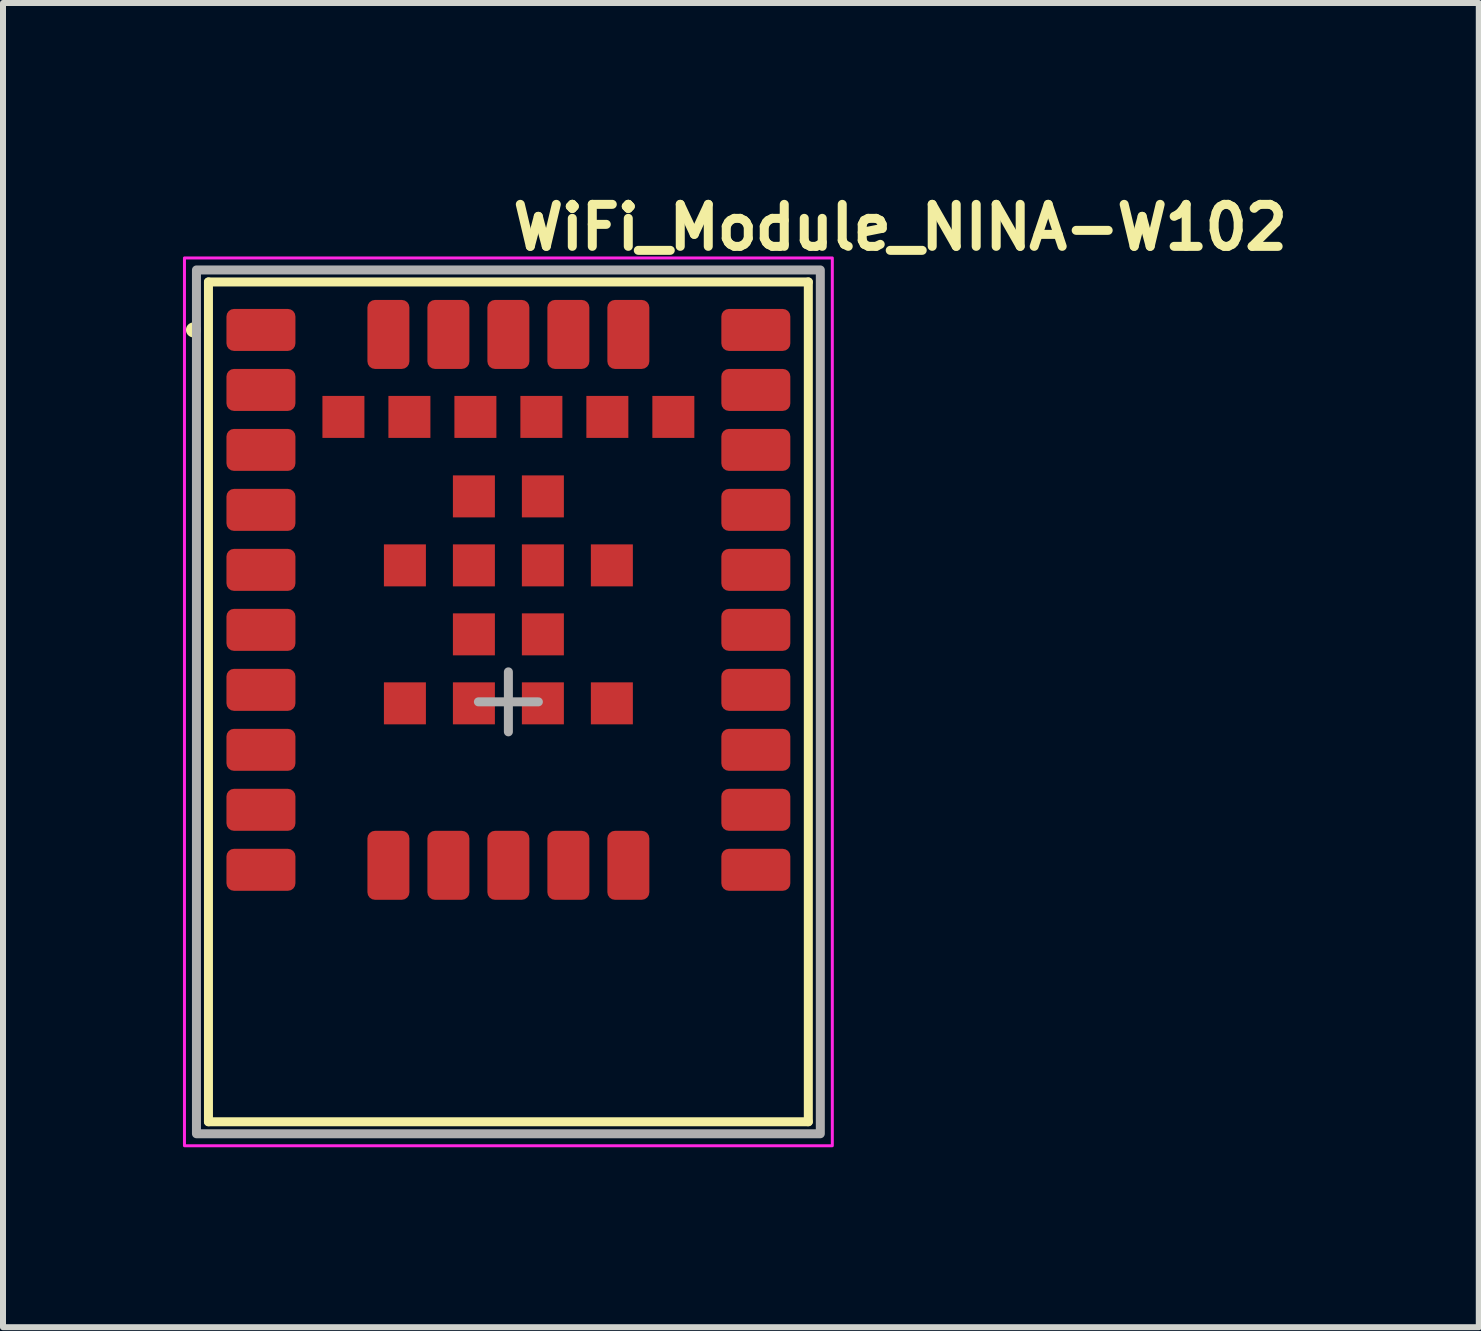
<source format=kicad_pcb>
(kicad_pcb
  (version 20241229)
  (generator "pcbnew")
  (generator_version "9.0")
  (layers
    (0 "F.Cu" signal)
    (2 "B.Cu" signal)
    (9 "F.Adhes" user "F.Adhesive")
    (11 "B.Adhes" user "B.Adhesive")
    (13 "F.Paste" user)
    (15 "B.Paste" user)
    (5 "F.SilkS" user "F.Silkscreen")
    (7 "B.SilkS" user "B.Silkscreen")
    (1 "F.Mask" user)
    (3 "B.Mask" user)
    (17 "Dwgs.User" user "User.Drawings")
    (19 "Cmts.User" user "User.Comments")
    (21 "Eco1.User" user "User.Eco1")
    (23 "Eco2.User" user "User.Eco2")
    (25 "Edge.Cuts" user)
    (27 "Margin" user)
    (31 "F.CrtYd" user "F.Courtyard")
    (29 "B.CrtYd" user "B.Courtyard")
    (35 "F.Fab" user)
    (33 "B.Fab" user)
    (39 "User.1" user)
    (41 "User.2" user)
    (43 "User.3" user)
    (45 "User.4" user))
  (footprint "WiFi_Module_NINA-W102"
    (layer "F.Cu")
    (at 5.425 8.65)
    (property "Reference" "WiFi_Module_NINA-W102" (at 0 -7.5 0) (layer "F.SilkS") (effects (font (size 0.7 0.7) (thickness 0.15)) (justify left bottom)))
    (attr smd)
    (fp_line (start -5 -7) (end -5 7) (stroke (width 0.15) (type solid)) (layer "F.SilkS"))
    (fp_line (start -5 -7) (end 5 -7) (stroke (width 0.15) (type solid)) (layer "F.SilkS"))
    (fp_line (start -5 7) (end 5 7) (stroke (width 0.15) (type solid)) (layer "F.SilkS"))
    (fp_line (start 5 -7) (end 5 7) (stroke (width 0.15) (type solid)) (layer "F.SilkS"))
    (fp_circle (center -5.25 -6.2) (end -5.2 -6.2) (stroke (width 0.15) (type solid)) (fill yes) (layer "F.SilkS"))
    (fp_rect (start -5.4 7.4) (end 5.4 -7.4) (stroke (width 0.05) (type solid)) (fill no) (layer "F.CrtYd"))
    (fp_line (start -0.5 0) (end 0.5 0) (stroke (width 0.15) (type solid)) (layer "F.Fab"))
    (fp_line (start 0 -0.5) (end 0 0) (stroke (width 0.15) (type solid)) (layer "F.Fab"))
    (fp_line (start 0 0) (end 0 0.5) (stroke (width 0.15) (type solid)) (layer "F.Fab"))
    (fp_rect (start -5.2 -7.2) (end 5.2 7.2) (stroke (width 0.15) (type default)) (fill no) (layer "F.Fab"))
    (fp_rect (start -5 7) (end 5 -7) (stroke (width 0.1) (type solid)) (fill no) (layer "User.5"))
    (fp_line (start -5 -7) (end 5 -7) (stroke (width 0.02) (type solid)) (layer "User.9"))
    (fp_line (start -5 7) (end -5 -7) (stroke (width 0.02) (type solid)) (layer "User.9"))
    (fp_line (start -4.947 3.315) (end -4.947 3.198) (stroke (width 0.02) (type solid)) (layer "User.9"))
    (fp_line (start -4.947 3.315) (end -4.947 3.315) (stroke (width 0.02) (type solid)) (layer "User.9"))
    (fp_line (start -4.947 3.598) (end -4.947 3.315) (stroke (width 0.02) (type solid)) (layer "User.9"))
    (fp_line (start -4.947 3.598) (end -4.947 4.049) (stroke (width 0.02) (type solid)) (layer "User.9"))
    (fp_line (start -4.947 4.049) (end -4.947 4.057) (stroke (width 0.02) (type solid)) (layer "User.9"))
    (fp_line (start -4.947 4.057) (end -4.946 4.064) (stroke (width 0.02) (type solid)) (layer "User.9"))
    (fp_line (start -4.947 6.142) (end -4.947 6.149) (stroke (width 0.02) (type solid)) (layer "User.9"))
    (fp_line (start -4.947 6.149) (end -4.947 6.6) (stroke (width 0.02) (type solid)) (layer "User.9"))
    (fp_line (start -4.947 6.883) (end -4.947 6.6) (stroke (width 0.02) (type solid)) (layer "User.9"))
    (fp_line (start -4.947 6.883) (end -4.947 6.883) (stroke (width 0.02) (type solid)) (layer "User.9"))
    (fp_line (start -4.947 7) (end -4.947 6.883) (stroke (width 0.02) (type solid)) (layer "User.9"))
    (fp_line (start -4.946 4.064) (end -4.945 4.072) (stroke (width 0.02) (type solid)) (layer "User.9"))
    (fp_line (start -4.946 6.134) (end -4.947 6.142) (stroke (width 0.02) (type solid)) (layer "User.9"))
    (fp_line (start -4.945 4.072) (end -4.944 4.079) (stroke (width 0.02) (type solid)) (layer "User.9"))
    (fp_line (start -4.945 6.127) (end -4.946 6.134) (stroke (width 0.02) (type solid)) (layer "User.9"))
    (fp_line (start -4.944 4.079) (end -4.942 4.087) (stroke (width 0.02) (type solid)) (layer "User.9"))
    (fp_line (start -4.944 6.12) (end -4.945 6.127) (stroke (width 0.02) (type solid)) (layer "User.9"))
    (fp_line (start -4.942 4.087) (end -4.94 4.094) (stroke (width 0.02) (type solid)) (layer "User.9"))
    (fp_line (start -4.942 6.113) (end -4.944 6.12) (stroke (width 0.02) (type solid)) (layer "User.9"))
    (fp_line (start -4.941 6.105) (end -4.942 6.113) (stroke (width 0.02) (type solid)) (layer "User.9"))
    (fp_line (start -4.94 4.094) (end -4.938 4.101) (stroke (width 0.02) (type solid)) (layer "User.9"))
    (fp_line (start -4.938 4.101) (end -4.935 4.107) (stroke (width 0.02) (type solid)) (layer "User.9"))
    (fp_line (start -4.938 6.099) (end -4.941 6.105) (stroke (width 0.02) (type solid)) (layer "User.9"))
    (fp_line (start -4.936 6.092) (end -4.938 6.099) (stroke (width 0.02) (type solid)) (layer "User.9"))
    (fp_line (start -4.935 4.107) (end -4.932 4.114) (stroke (width 0.02) (type solid)) (layer "User.9"))
    (fp_line (start -4.933 6.085) (end -4.936 6.092) (stroke (width 0.02) (type solid)) (layer "User.9"))
    (fp_line (start -4.932 4.114) (end -4.929 4.121) (stroke (width 0.02) (type solid)) (layer "User.9"))
    (fp_line (start -4.929 4.121) (end -4.925 4.127) (stroke (width 0.02) (type solid)) (layer "User.9"))
    (fp_line (start -4.929 6.078) (end -4.933 6.085) (stroke (width 0.02) (type solid)) (layer "User.9"))
    (fp_line (start -4.926 6.072) (end -4.929 6.078) (stroke (width 0.02) (type solid)) (layer "User.9"))
    (fp_line (start -4.925 4.127) (end -4.921 4.133) (stroke (width 0.02) (type solid)) (layer "User.9"))
    (fp_line (start -4.922 6.066) (end -4.926 6.072) (stroke (width 0.02) (type solid)) (layer "User.9"))
    (fp_line (start -4.921 4.133) (end -4.917 4.139) (stroke (width 0.02) (type solid)) (layer "User.9"))
    (fp_line (start -4.918 6.06) (end -4.922 6.066) (stroke (width 0.02) (type solid)) (layer "User.9"))
    (fp_line (start -4.917 4.139) (end -4.913 4.145) (stroke (width 0.02) (type solid)) (layer "User.9"))
    (fp_line (start -4.913 4.145) (end -4.908 4.15) (stroke (width 0.02) (type solid)) (layer "User.9"))
    (fp_line (start -4.913 6.054) (end -4.918 6.06) (stroke (width 0.02) (type solid)) (layer "User.9"))
    (fp_line (start -4.908 4.15) (end -4.903 4.155) (stroke (width 0.02) (type solid)) (layer "User.9"))
    (fp_line (start -4.908 6.048) (end -4.913 6.054) (stroke (width 0.02) (type solid)) (layer "User.9"))
    (fp_line (start -4.903 4.155) (end -4.898 4.16) (stroke (width 0.02) (type solid)) (layer "User.9"))
    (fp_line (start -4.903 6.043) (end -4.908 6.048) (stroke (width 0.02) (type solid)) (layer "User.9"))
    (fp_line (start -4.903 6.043) (end -4.903 6.043) (stroke (width 0.02) (type solid)) (layer "User.9"))
    (fp_line (start -4.901 4.499) (end -4.784 4.499) (stroke (width 0.02) (type solid)) (layer "User.9"))
    (fp_line (start -4.901 5.699) (end -4.901 4.499) (stroke (width 0.02) (type solid)) (layer "User.9"))
    (fp_line (start -4.898 4.16) (end -4.892 4.165) (stroke (width 0.02) (type solid)) (layer "User.9"))
    (fp_line (start -4.898 6.038) (end -4.903 6.043) (stroke (width 0.02) (type solid)) (layer "User.9"))
    (fp_line (start -4.892 4.165) (end -4.887 4.169) (stroke (width 0.02) (type solid)) (layer "User.9"))
    (fp_line (start -4.892 6.033) (end -4.898 6.038) (stroke (width 0.02) (type solid)) (layer "User.9"))
    (fp_line (start -4.887 4.169) (end -4.881 4.173) (stroke (width 0.02) (type solid)) (layer "User.9"))
    (fp_line (start -4.886 6.029) (end -4.892 6.033) (stroke (width 0.02) (type solid)) (layer "User.9"))
    (fp_line (start -4.881 4.173) (end -4.875 4.177) (stroke (width 0.02) (type solid)) (layer "User.9"))
    (fp_line (start -4.88 6.024) (end -4.886 6.029) (stroke (width 0.02) (type solid)) (layer "User.9"))
    (fp_line (start -4.875 4.177) (end -4.868 4.181) (stroke (width 0.02) (type solid)) (layer "User.9"))
    (fp_line (start -4.874 6.02) (end -4.88 6.024) (stroke (width 0.02) (type solid)) (layer "User.9"))
    (fp_line (start -4.868 4.181) (end -4.862 4.184) (stroke (width 0.02) (type solid)) (layer "User.9"))
    (fp_line (start -4.868 6.017) (end -4.874 6.02) (stroke (width 0.02) (type solid)) (layer "User.9"))
    (fp_line (start -4.862 4.184) (end -4.855 4.187) (stroke (width 0.02) (type solid)) (layer "User.9"))
    (fp_line (start -4.861 6.013) (end -4.868 6.017) (stroke (width 0.02) (type solid)) (layer "User.9"))
    (fp_line (start -4.855 4.187) (end -4.849 4.19) (stroke (width 0.02) (type solid)) (layer "User.9"))
    (fp_line (start -4.854 6.011) (end -4.861 6.013) (stroke (width 0.02) (type solid)) (layer "User.9"))
    (fp_line (start -4.849 4.19) (end -4.842 4.192) (stroke (width 0.02) (type solid)) (layer "User.9"))
    (fp_line (start -4.848 6.008) (end -4.854 6.011) (stroke (width 0.02) (type solid)) (layer "User.9"))
    (fp_line (start -4.842 4.192) (end -4.834 4.194) (stroke (width 0.02) (type solid)) (layer "User.9"))
    (fp_line (start -4.841 6.006) (end -4.848 6.008) (stroke (width 0.02) (type solid)) (layer "User.9"))
    (fp_line (start -4.834 4.194) (end -4.827 4.196) (stroke (width 0.02) (type solid)) (layer "User.9"))
    (fp_line (start -4.834 6.004) (end -4.841 6.006) (stroke (width 0.02) (type solid)) (layer "User.9"))
    (fp_line (start -4.827 4.196) (end -4.82 4.197) (stroke (width 0.02) (type solid)) (layer "User.9"))
    (fp_line (start -4.826 6.002) (end -4.834 6.004) (stroke (width 0.02) (type solid)) (layer "User.9"))
    (fp_line (start -4.82 4.197) (end -4.812 4.198) (stroke (width 0.02) (type solid)) (layer "User.9"))
    (fp_line (start -4.819 6.001) (end -4.826 6.002) (stroke (width 0.02) (type solid)) (layer "User.9"))
    (fp_line (start -4.812 4.198) (end -4.805 4.199) (stroke (width 0.02) (type solid)) (layer "User.9"))
    (fp_line (start -4.812 6) (end -4.819 6.001) (stroke (width 0.02) (type solid)) (layer "User.9"))
    (fp_line (start -4.805 4.199) (end -4.797 4.199) (stroke (width 0.02) (type solid)) (layer "User.9"))
    (fp_line (start -4.804 5.999) (end -4.812 6) (stroke (width 0.02) (type solid)) (layer "User.9"))
    (fp_line (start -4.797 3.198) (end -4.947 3.198) (stroke (width 0.02) (type solid)) (layer "User.9"))
    (fp_line (start -4.797 5.999) (end -4.804 5.999) (stroke (width 0.02) (type solid)) (layer "User.9"))
    (fp_line (start -4.797 5.999) (end -4.447 5.999) (stroke (width 0.02) (type solid)) (layer "User.9"))
    (fp_line (start -4.784 4.499) (end -4.784 4.499) (stroke (width 0.02) (type solid)) (layer "User.9"))
    (fp_line (start -4.784 4.499) (end -4.501 4.499) (stroke (width 0.02) (type solid)) (layer "User.9"))
    (fp_line (start -4.784 5.699) (end -4.901 5.699) (stroke (width 0.02) (type solid)) (layer "User.9"))
    (fp_line (start -4.784 5.699) (end -4.784 5.699) (stroke (width 0.02) (type solid)) (layer "User.9"))
    (fp_line (start -4.75 -6.6) (end -4.75 -6.2) (stroke (width 0.02) (type solid)) (layer "User.9"))
    (fp_line (start -4.75 -6.6) (end -4.55 -6.6) (stroke (width 0.02) (type solid)) (layer "User.9"))
    (fp_line (start -4.75 -6.2) (end -4.75 2.6) (stroke (width 0.02) (type solid)) (layer "User.9"))
    (fp_line (start -4.75 -6.2) (end -4.662 -6.2) (stroke (width 0.02) (type solid)) (layer "User.9"))
    (fp_line (start -4.75 2.6) (end -4.75 3) (stroke (width 0.02) (type solid)) (layer "User.9"))
    (fp_line (start -4.662 -6.2) (end -4.662 -6.2) (stroke (width 0.02) (type solid)) (layer "User.9"))
    (fp_line (start -4.662 -6.2) (end -4.45 -6.2) (stroke (width 0.02) (type solid)) (layer "User.9"))
    (fp_line (start -4.662 2.6) (end -4.75 2.6) (stroke (width 0.02) (type solid)) (layer "User.9"))
    (fp_line (start -4.662 2.6) (end -4.662 2.6) (stroke (width 0.02) (type solid)) (layer "User.9"))
    (fp_line (start -4.55 -6.2) (end -4.55 -6.6) (stroke (width 0.02) (type solid)) (layer "User.9"))
    (fp_line (start -4.55 3) (end -4.75 3) (stroke (width 0.02) (type solid)) (layer "User.9"))
    (fp_line (start -4.55 3) (end -4.55 2.6) (stroke (width 0.02) (type solid)) (layer "User.9"))
    (fp_line (start -4.501 5.699) (end -4.784 5.699) (stroke (width 0.02) (type solid)) (layer "User.9"))
    (fp_line (start -4.501 5.699) (end -4.447 5.699) (stroke (width 0.02) (type solid)) (layer "User.9"))
    (fp_line (start -4.45 2.6) (end -4.662 2.6) (stroke (width 0.02) (type solid)) (layer "User.9"))
    (fp_line (start -4.45 2.6) (end -4.35 2.6) (stroke (width 0.02) (type solid)) (layer "User.9"))
    (fp_line (start -4.447 4.199) (end -4.797 4.199) (stroke (width 0.02) (type solid)) (layer "User.9"))
    (fp_line (start -4.447 4.499) (end -4.501 4.499) (stroke (width 0.02) (type solid)) (layer "User.9"))
    (fp_line (start -4.447 4.499) (end -4.447 4.199) (stroke (width 0.02) (type solid)) (layer "User.9"))
    (fp_line (start -4.447 5.999) (end -4.447 5.699) (stroke (width 0.02) (type solid)) (layer "User.9"))
    (fp_line (start -4.35 -6.512) (end -4.35 -6.6) (stroke (width 0.02) (type solid)) (layer "User.9"))
    (fp_line (start -4.35 -6.512) (end -4.35 -6.512) (stroke (width 0.02) (type solid)) (layer "User.9"))
    (fp_line (start -4.35 -6.3) (end -4.35 -6.512) (stroke (width 0.02) (type solid)) (layer "User.9"))
    (fp_line (start -4.35 -6.3) (end -4.35 -6.2) (stroke (width 0.02) (type solid)) (layer "User.9"))
    (fp_line (start -4.35 -6.2) (end -4.45 -6.2) (stroke (width 0.02) (type solid)) (layer "User.9"))
    (fp_line (start -4.35 2.6) (end -4.35 2.7) (stroke (width 0.02) (type solid)) (layer "User.9"))
    (fp_line (start -4.35 2.912) (end -4.35 2.7) (stroke (width 0.02) (type solid)) (layer "User.9"))
    (fp_line (start -4.35 2.912) (end -4.35 2.912) (stroke (width 0.02) (type solid)) (layer "User.9"))
    (fp_line (start -4.35 3) (end -4.35 2.912) (stroke (width 0.02) (type solid)) (layer "User.9"))
    (fp_line (start -4.35 3) (end 4.35 3) (stroke (width 0.02) (type solid)) (layer "User.9"))
    (fp_line (start -3.247 4.899) (end -3.247 5.699) (stroke (width 0.02) (type solid)) (layer "User.9"))
    (fp_line (start -3.247 4.899) (end 4.507 4.899) (stroke (width 0.02) (type solid)) (layer "User.9"))
    (fp_line (start -3.247 5.699) (end 4.803 5.699) (stroke (width 0.02) (type solid)) (layer "User.9"))
    (fp_line (start 2.46 4.971) (end 2.46 4.899) (stroke (width 0.02) (type solid)) (layer "User.9"))
    (fp_line (start 2.46 4.971) (end 2.76 4.971) (stroke (width 0.02) (type solid)) (layer "User.9"))
    (fp_line (start 2.46 5.121) (end 2.46 4.971) (stroke (width 0.02) (type solid)) (layer "User.9"))
    (fp_line (start 2.541 5.461) (end 2.691 5.461) (stroke (width 0.02) (type solid)) (layer "User.9"))
    (fp_line (start 2.541 5.699) (end 2.541 5.461) (stroke (width 0.02) (type solid)) (layer "User.9"))
    (fp_line (start 2.691 5.461) (end 2.691 5.699) (stroke (width 0.02) (type solid)) (layer "User.9"))
    (fp_line (start 2.691 5.461) (end 2.991 5.461) (stroke (width 0.02) (type solid)) (layer "User.9"))
    (fp_line (start 2.691 5.699) (end 2.691 5.461) (stroke (width 0.02) (type solid)) (layer "User.9"))
    (fp_line (start 2.76 4.899) (end 2.76 4.971) (stroke (width 0.02) (type solid)) (layer "User.9"))
    (fp_line (start 2.76 4.971) (end 2.46 4.971) (stroke (width 0.02) (type solid)) (layer "User.9"))
    (fp_line (start 2.76 4.971) (end 2.76 5.121) (stroke (width 0.02) (type solid)) (layer "User.9"))
    (fp_line (start 2.76 5.121) (end 2.46 5.121) (stroke (width 0.02) (type solid)) (layer "User.9"))
    (fp_line (start 2.906 7) (end 2.306 7) (stroke (width 0.02) (type solid)) (layer "User.9"))
    (fp_line (start 2.991 5.461) (end 2.991 5.699) (stroke (width 0.02) (type solid)) (layer "User.9"))
    (fp_line (start 2.991 5.461) (end 3.141 5.461) (stroke (width 0.02) (type solid)) (layer "User.9"))
    (fp_line (start 2.991 5.699) (end 2.991 5.461) (stroke (width 0.02) (type solid)) (layer "User.9"))
    (fp_line (start 3.141 5.461) (end 3.141 5.699) (stroke (width 0.02) (type solid)) (layer "User.9"))
    (fp_line (start 4.35 -6.6) (end -4.35 -6.6) (stroke (width 0.02) (type solid)) (layer "User.9"))
    (fp_line (start 4.35 -6.6) (end 4.35 -6.512) (stroke (width 0.02) (type solid)) (layer "User.9"))
    (fp_line (start 4.35 -6.512) (end 4.35 -6.512) (stroke (width 0.02) (type solid)) (layer "User.9"))
    (fp_line (start 4.35 -6.512) (end 4.35 -6.3) (stroke (width 0.02) (type solid)) (layer "User.9"))
    (fp_line (start 4.35 -6.2) (end 4.35 -6.3) (stroke (width 0.02) (type solid)) (layer "User.9"))
    (fp_line (start 4.35 2.6) (end 4.45 2.6) (stroke (width 0.02) (type solid)) (layer "User.9"))
    (fp_line (start 4.35 2.7) (end 4.35 2.6) (stroke (width 0.02) (type solid)) (layer "User.9"))
    (fp_line (start 4.35 2.7) (end 4.35 2.912) (stroke (width 0.02) (type solid)) (layer "User.9"))
    (fp_line (start 4.35 2.912) (end 4.35 2.912) (stroke (width 0.02) (type solid)) (layer "User.9"))
    (fp_line (start 4.35 2.912) (end 4.35 3) (stroke (width 0.02) (type solid)) (layer "User.9"))
    (fp_line (start 4.45 -6.2) (end 4.35 -6.2) (stroke (width 0.02) (type solid)) (layer "User.9"))
    (fp_line (start 4.45 -6.2) (end 4.662 -6.2) (stroke (width 0.02) (type solid)) (layer "User.9"))
    (fp_line (start 4.453 3.198) (end -4.947 3.198) (stroke (width 0.02) (type solid)) (layer "User.9"))
    (fp_line (start 4.453 3.198) (end 4.453 3.315) (stroke (width 0.02) (type solid)) (layer "User.9"))
    (fp_line (start 4.453 3.315) (end 4.453 3.315) (stroke (width 0.02) (type solid)) (layer "User.9"))
    (fp_line (start 4.453 3.315) (end 4.453 3.598) (stroke (width 0.02) (type solid)) (layer "User.9"))
    (fp_line (start 4.453 3.699) (end 4.453 3.598) (stroke (width 0.02) (type solid)) (layer "User.9"))
    (fp_line (start 4.507 3.699) (end 4.453 3.699) (stroke (width 0.02) (type solid)) (layer "User.9"))
    (fp_line (start 4.507 3.699) (end 4.79 3.699) (stroke (width 0.02) (type solid)) (layer "User.9"))
    (fp_line (start 4.55 -6.6) (end 4.55 -6.2) (stroke (width 0.02) (type solid)) (layer "User.9"))
    (fp_line (start 4.55 -6.6) (end 4.75 -6.6) (stroke (width 0.02) (type solid)) (layer "User.9"))
    (fp_line (start 4.55 2.6) (end 4.55 3) (stroke (width 0.02) (type solid)) (layer "User.9"))
    (fp_line (start 4.606 7) (end 4.006 7) (stroke (width 0.02) (type solid)) (layer "User.9"))
    (fp_line (start 4.662 -6.2) (end 4.662 -6.2) (stroke (width 0.02) (type solid)) (layer "User.9"))
    (fp_line (start 4.662 -6.2) (end 4.75 -6.2) (stroke (width 0.02) (type solid)) (layer "User.9"))
    (fp_line (start 4.662 2.6) (end 4.45 2.6) (stroke (width 0.02) (type solid)) (layer "User.9"))
    (fp_line (start 4.662 2.6) (end 4.662 2.6) (stroke (width 0.02) (type solid)) (layer "User.9"))
    (fp_line (start 4.7 3.599) (end 4.453 3.599) (stroke (width 0.02) (type solid)) (layer "User.9"))
    (fp_line (start 4.7 3.599) (end 4.453 3.599) (stroke (width 0.02) (type solid)) (layer "User.9"))
    (fp_line (start 4.7 3.599) (end 4.453 3.599) (stroke (width 0.02) (type solid)) (layer "User.9"))
    (fp_line (start 4.7 3.699) (end 4.7 3.599) (stroke (width 0.02) (type solid)) (layer "User.9"))
    (fp_line (start 4.7 3.699) (end 4.7 3.599) (stroke (width 0.02) (type solid)) (layer "User.9"))
    (fp_line (start 4.7 3.699) (end 4.7 3.599) (stroke (width 0.02) (type solid)) (layer "User.9"))
    (fp_line (start 4.75 -6.2) (end 4.75 -6.6) (stroke (width 0.02) (type solid)) (layer "User.9"))
    (fp_line (start 4.75 2.6) (end 4.662 2.6) (stroke (width 0.02) (type solid)) (layer "User.9"))
    (fp_line (start 4.75 2.6) (end 4.75 -6.2) (stroke (width 0.02) (type solid)) (layer "User.9"))
    (fp_line (start 4.75 3) (end 4.55 3) (stroke (width 0.02) (type solid)) (layer "User.9"))
    (fp_line (start 4.75 3) (end 4.75 2.6) (stroke (width 0.02) (type solid)) (layer "User.9"))
    (fp_line (start 4.79 3.699) (end 4.79 3.699) (stroke (width 0.02) (type solid)) (layer "User.9"))
    (fp_line (start 4.79 3.699) (end 4.907 3.699) (stroke (width 0.02) (type solid)) (layer "User.9"))
    (fp_line (start 4.79 4.899) (end 4.507 4.899) (stroke (width 0.02) (type solid)) (layer "User.9"))
    (fp_line (start 4.79 4.899) (end 4.79 4.899) (stroke (width 0.02) (type solid)) (layer "User.9"))
    (fp_line (start 4.803 7) (end 4.953 7) (stroke (width 0.02) (type solid)) (layer "User.9"))
    (fp_line (start 4.81 5.699) (end 4.803 5.699) (stroke (width 0.02) (type solid)) (layer "User.9"))
    (fp_line (start 4.818 5.699) (end 4.81 5.699) (stroke (width 0.02) (type solid)) (layer "User.9"))
    (fp_line (start 4.825 5.7) (end 4.818 5.699) (stroke (width 0.02) (type solid)) (layer "User.9"))
    (fp_line (start 4.832 5.702) (end 4.825 5.7) (stroke (width 0.02) (type solid)) (layer "User.9"))
    (fp_line (start 4.84 5.703) (end 4.832 5.702) (stroke (width 0.02) (type solid)) (layer "User.9"))
    (fp_line (start 4.847 5.705) (end 4.84 5.703) (stroke (width 0.02) (type solid)) (layer "User.9"))
    (fp_line (start 4.854 5.707) (end 4.847 5.705) (stroke (width 0.02) (type solid)) (layer "User.9"))
    (fp_line (start 4.86 5.71) (end 4.854 5.707) (stroke (width 0.02) (type solid)) (layer "User.9"))
    (fp_line (start 4.867 5.713) (end 4.86 5.71) (stroke (width 0.02) (type solid)) (layer "User.9"))
    (fp_line (start 4.874 5.716) (end 4.867 5.713) (stroke (width 0.02) (type solid)) (layer "User.9"))
    (fp_line (start 4.88 5.72) (end 4.874 5.716) (stroke (width 0.02) (type solid)) (layer "User.9"))
    (fp_line (start 4.886 5.724) (end 4.88 5.72) (stroke (width 0.02) (type solid)) (layer "User.9"))
    (fp_line (start 4.892 5.728) (end 4.886 5.724) (stroke (width 0.02) (type solid)) (layer "User.9"))
    (fp_line (start 4.898 5.733) (end 4.892 5.728) (stroke (width 0.02) (type solid)) (layer "User.9"))
    (fp_line (start 4.904 5.737) (end 4.898 5.733) (stroke (width 0.02) (type solid)) (layer "User.9"))
    (fp_line (start 4.907 4.499) (end 4.907 3.699) (stroke (width 0.02) (type solid)) (layer "User.9"))
    (fp_line (start 4.907 4.899) (end 4.79 4.899) (stroke (width 0.02) (type solid)) (layer "User.9"))
    (fp_line (start 4.907 4.899) (end 4.907 3.699) (stroke (width 0.02) (type solid)) (layer "User.9"))
    (fp_line (start 4.909 5.743) (end 4.904 5.737) (stroke (width 0.02) (type solid)) (layer "User.9"))
    (fp_line (start 4.909 5.743) (end 4.909 5.743) (stroke (width 0.02) (type solid)) (layer "User.9"))
    (fp_line (start 4.914 5.748) (end 4.909 5.743) (stroke (width 0.02) (type solid)) (layer "User.9"))
    (fp_line (start 4.919 5.754) (end 4.914 5.748) (stroke (width 0.02) (type solid)) (layer "User.9"))
    (fp_line (start 4.924 5.759) (end 4.919 5.754) (stroke (width 0.02) (type solid)) (layer "User.9"))
    (fp_line (start 4.928 5.765) (end 4.924 5.759) (stroke (width 0.02) (type solid)) (layer "User.9"))
    (fp_line (start 4.932 5.772) (end 4.928 5.765) (stroke (width 0.02) (type solid)) (layer "User.9"))
    (fp_line (start 4.935 5.778) (end 4.932 5.772) (stroke (width 0.02) (type solid)) (layer "User.9"))
    (fp_line (start 4.939 5.785) (end 4.935 5.778) (stroke (width 0.02) (type solid)) (layer "User.9"))
    (fp_line (start 4.942 5.791) (end 4.939 5.785) (stroke (width 0.02) (type solid)) (layer "User.9"))
    (fp_line (start 4.944 5.798) (end 4.942 5.791) (stroke (width 0.02) (type solid)) (layer "User.9"))
    (fp_line (start 4.947 5.805) (end 4.944 5.798) (stroke (width 0.02) (type solid)) (layer "User.9"))
    (fp_line (start 4.948 5.812) (end 4.947 5.805) (stroke (width 0.02) (type solid)) (layer "User.9"))
    (fp_line (start 4.95 5.819) (end 4.948 5.812) (stroke (width 0.02) (type solid)) (layer "User.9"))
    (fp_line (start 4.951 5.826) (end 4.95 5.819) (stroke (width 0.02) (type solid)) (layer "User.9"))
    (fp_line (start 4.952 5.834) (end 4.951 5.826) (stroke (width 0.02) (type solid)) (layer "User.9"))
    (fp_line (start 4.953 5.841) (end 4.952 5.834) (stroke (width 0.02) (type solid)) (layer "User.9"))
    (fp_line (start 4.953 5.849) (end 4.953 5.841) (stroke (width 0.02) (type solid)) (layer "User.9"))
    (fp_line (start 4.953 6.6) (end 4.953 5.849) (stroke (width 0.02) (type solid)) (layer "User.9"))
    (fp_line (start 4.953 6.6) (end 4.953 6.883) (stroke (width 0.02) (type solid)) (layer "User.9"))
    (fp_line (start 4.953 6.883) (end 4.953 6.883) (stroke (width 0.02) (type solid)) (layer "User.9"))
    (fp_line (start 4.953 6.883) (end 4.953 7) (stroke (width 0.02) (type solid)) (layer "User.9"))
    (fp_line (start 4.953 7) (end -4.947 7) (stroke (width 0.02) (type solid)) (layer "User.9"))
    (fp_line (start 5 -7) (end 5 7) (stroke (width 0.02) (type solid)) (layer "User.9"))
    (fp_line (start 5 7) (end -5 7) (stroke (width 0.02) (type solid)) (layer "User.9"))
    (fp_circle (center -3 -4.8) (end -2.6 -4.8) (stroke (width 0.02) (type default)) (fill no) (layer "User.9"))
    (pad "1" smd roundrect (at -4.125 -6.2) (size 1.15 0.7) (layers "F.Cu" "F.Mask" "F.Paste") (roundrect_rratio 0.18))
    (pad "2" smd roundrect (at -4.125 -5.2) (size 1.15 0.7) (layers "F.Cu" "F.Mask" "F.Paste") (roundrect_rratio 0.18))
    (pad "3" smd roundrect (at -4.125 -4.2) (size 1.15 0.7) (layers "F.Cu" "F.Mask" "F.Paste") (roundrect_rratio 0.18))
    (pad "4" smd roundrect (at -4.125 -3.2) (size 1.15 0.7) (layers "F.Cu" "F.Mask" "F.Paste") (roundrect_rratio 0.18))
    (pad "5" smd roundrect (at -4.125 -2.2) (size 1.15 0.7) (layers "F.Cu" "F.Mask" "F.Paste") (roundrect_rratio 0.18))
    (pad "6" smd roundrect (at -4.125 -1.2) (size 1.15 0.7) (layers "F.Cu" "F.Mask" "F.Paste") (roundrect_rratio 0.18))
    (pad "7" smd roundrect (at -4.125 -0.2) (size 1.15 0.7) (layers "F.Cu" "F.Mask" "F.Paste") (roundrect_rratio 0.18))
    (pad "8" smd roundrect (at -4.125 0.8) (size 1.15 0.7) (layers "F.Cu" "F.Mask" "F.Paste") (roundrect_rratio 0.18))
    (pad "9" smd roundrect (at -4.125 1.8) (size 1.15 0.7) (layers "F.Cu" "F.Mask" "F.Paste") (roundrect_rratio 0.18))
    (pad "10" smd roundrect (at -4.125 2.8) (size 1.15 0.7) (layers "F.Cu" "F.Mask" "F.Paste") (roundrect_rratio 0.18))
    (pad "11" smd roundrect (at -2 2.725 270) (size 1.15 0.7) (layers "F.Cu" "F.Mask" "F.Paste") (roundrect_rratio 0.18))
    (pad "12" smd roundrect (at -1 2.725 270) (size 1.15 0.7) (layers "F.Cu" "F.Mask" "F.Paste") (roundrect_rratio 0.18))
    (pad "13" smd roundrect (at 0 2.725 270) (size 1.15 0.7) (layers "F.Cu" "F.Mask" "F.Paste") (roundrect_rratio 0.18))
    (pad "14" smd roundrect (at 1 2.725 270) (size 1.15 0.7) (layers "F.Cu" "F.Mask" "F.Paste") (roundrect_rratio 0.18))
    (pad "15" smd roundrect (at 2 2.725 270) (size 1.15 0.7) (layers "F.Cu" "F.Mask" "F.Paste") (roundrect_rratio 0.18))
    (pad "16" smd roundrect (at 4.125 2.8) (size 1.15 0.7) (layers "F.Cu" "F.Mask" "F.Paste") (roundrect_rratio 0.18))
    (pad "17" smd roundrect (at 4.125 1.8) (size 1.15 0.7) (layers "F.Cu" "F.Mask" "F.Paste") (roundrect_rratio 0.18))
    (pad "18" smd roundrect (at 4.125 0.8) (size 1.15 0.7) (layers "F.Cu" "F.Mask" "F.Paste") (roundrect_rratio 0.18))
    (pad "19" smd roundrect (at 4.125 -0.2) (size 1.15 0.7) (layers "F.Cu" "F.Mask" "F.Paste") (roundrect_rratio 0.18))
    (pad "20" smd roundrect (at 4.125 -1.2) (size 1.15 0.7) (layers "F.Cu" "F.Mask" "F.Paste") (roundrect_rratio 0.18))
    (pad "21" smd roundrect (at 4.125 -2.2) (size 1.15 0.7) (layers "F.Cu" "F.Mask" "F.Paste") (roundrect_rratio 0.18))
    (pad "22" smd roundrect (at 4.125 -3.2) (size 1.15 0.7) (layers "F.Cu" "F.Mask" "F.Paste") (roundrect_rratio 0.18))
    (pad "23" smd roundrect (at 4.125 -4.2) (size 1.15 0.7) (layers "F.Cu" "F.Mask" "F.Paste") (roundrect_rratio 0.18))
    (pad "24" smd roundrect (at 4.125 -5.2) (size 1.15 0.7) (layers "F.Cu" "F.Mask" "F.Paste") (roundrect_rratio 0.18))
    (pad "25" smd roundrect (at 4.125 -6.2) (size 1.15 0.7) (layers "F.Cu" "F.Mask" "F.Paste") (roundrect_rratio 0.18))
    (pad "26" smd roundrect (at 2 -6.125 270) (size 1.15 0.7) (layers "F.Cu" "F.Mask" "F.Paste") (roundrect_rratio 0.18))
    (pad "27" smd roundrect (at 1 -6.125 270) (size 1.15 0.7) (layers "F.Cu" "F.Mask" "F.Paste") (roundrect_rratio 0.18))
    (pad "28" smd roundrect (at 0 -6.125 270) (size 1.15 0.7) (layers "F.Cu" "F.Mask" "F.Paste") (roundrect_rratio 0.18))
    (pad "29" smd roundrect (at -1 -6.125 270) (size 1.15 0.7) (layers "F.Cu" "F.Mask" "F.Paste") (roundrect_rratio 0.18))
    (pad "30" smd roundrect (at -2 -6.125 270) (size 1.15 0.7) (layers "F.Cu" "F.Mask" "F.Paste") (roundrect_rratio 0.18))
    (pad "31" smd rect (at -2.75 -4.75 270) (size 0.7 0.7) (layers "F.Cu" "F.Mask" "F.Paste"))
    (pad "32" smd rect (at -1.65 -4.75 270) (size 0.7 0.7) (layers "F.Cu" "F.Mask" "F.Paste"))
    (pad "33" smd rect (at -0.55 -4.75 270) (size 0.7 0.7) (layers "F.Cu" "F.Mask" "F.Paste"))
    (pad "34" smd rect (at 0.55 -4.75 270) (size 0.7 0.7) (layers "F.Cu" "F.Mask" "F.Paste"))
    (pad "35" smd rect (at 1.65 -4.75 270) (size 0.7 0.7) (layers "F.Cu" "F.Mask" "F.Paste"))
    (pad "36" smd rect (at 2.75 -4.75 270) (size 0.7 0.7) (layers "F.Cu" "F.Mask" "F.Paste"))
    (pad "37" smd rect (at -0.575 -3.425) (size 0.7 0.7) (layers "F.Cu" "F.Mask" "F.Paste"))
    (pad "38" smd rect (at 0.575 -3.425) (size 0.7 0.7) (layers "F.Cu" "F.Mask" "F.Paste"))
    (pad "39" smd rect (at -1.725 -2.275) (size 0.7 0.7) (layers "F.Cu" "F.Mask" "F.Paste"))
    (pad "40" smd rect (at -0.575 -2.275) (size 0.7 0.7) (layers "F.Cu" "F.Mask" "F.Paste"))
    (pad "41" smd rect (at 0.575 -2.275) (size 0.7 0.7) (layers "F.Cu" "F.Mask" "F.Paste"))
    (pad "42" smd rect (at 1.725 -2.275) (size 0.7 0.7) (layers "F.Cu" "F.Mask" "F.Paste"))
    (pad "43" smd rect (at -0.575 -1.125) (size 0.7 0.7) (layers "F.Cu" "F.Mask" "F.Paste"))
    (pad "44" smd rect (at 0.575 -1.125) (size 0.7 0.7) (layers "F.Cu" "F.Mask" "F.Paste"))
    (pad "45" smd rect (at -1.725 0.025) (size 0.7 0.7) (layers "F.Cu" "F.Mask" "F.Paste"))
    (pad "46" smd rect (at -0.575 0.025) (size 0.7 0.7) (layers "F.Cu" "F.Mask" "F.Paste"))
    (pad "47" smd rect (at 0.575 0.025) (size 0.7 0.7) (layers "F.Cu" "F.Mask" "F.Paste"))
    (pad "48" smd rect (at 1.725 0.025) (size 0.7 0.7) (layers "F.Cu" "F.Mask" "F.Paste")))
  (gr_rect
    (start -3 -3)
    (end 21.602 19.075)
    (stroke (width 0.1) (type default))
    (fill no)
    (layer "Edge.Cuts")))
</source>
